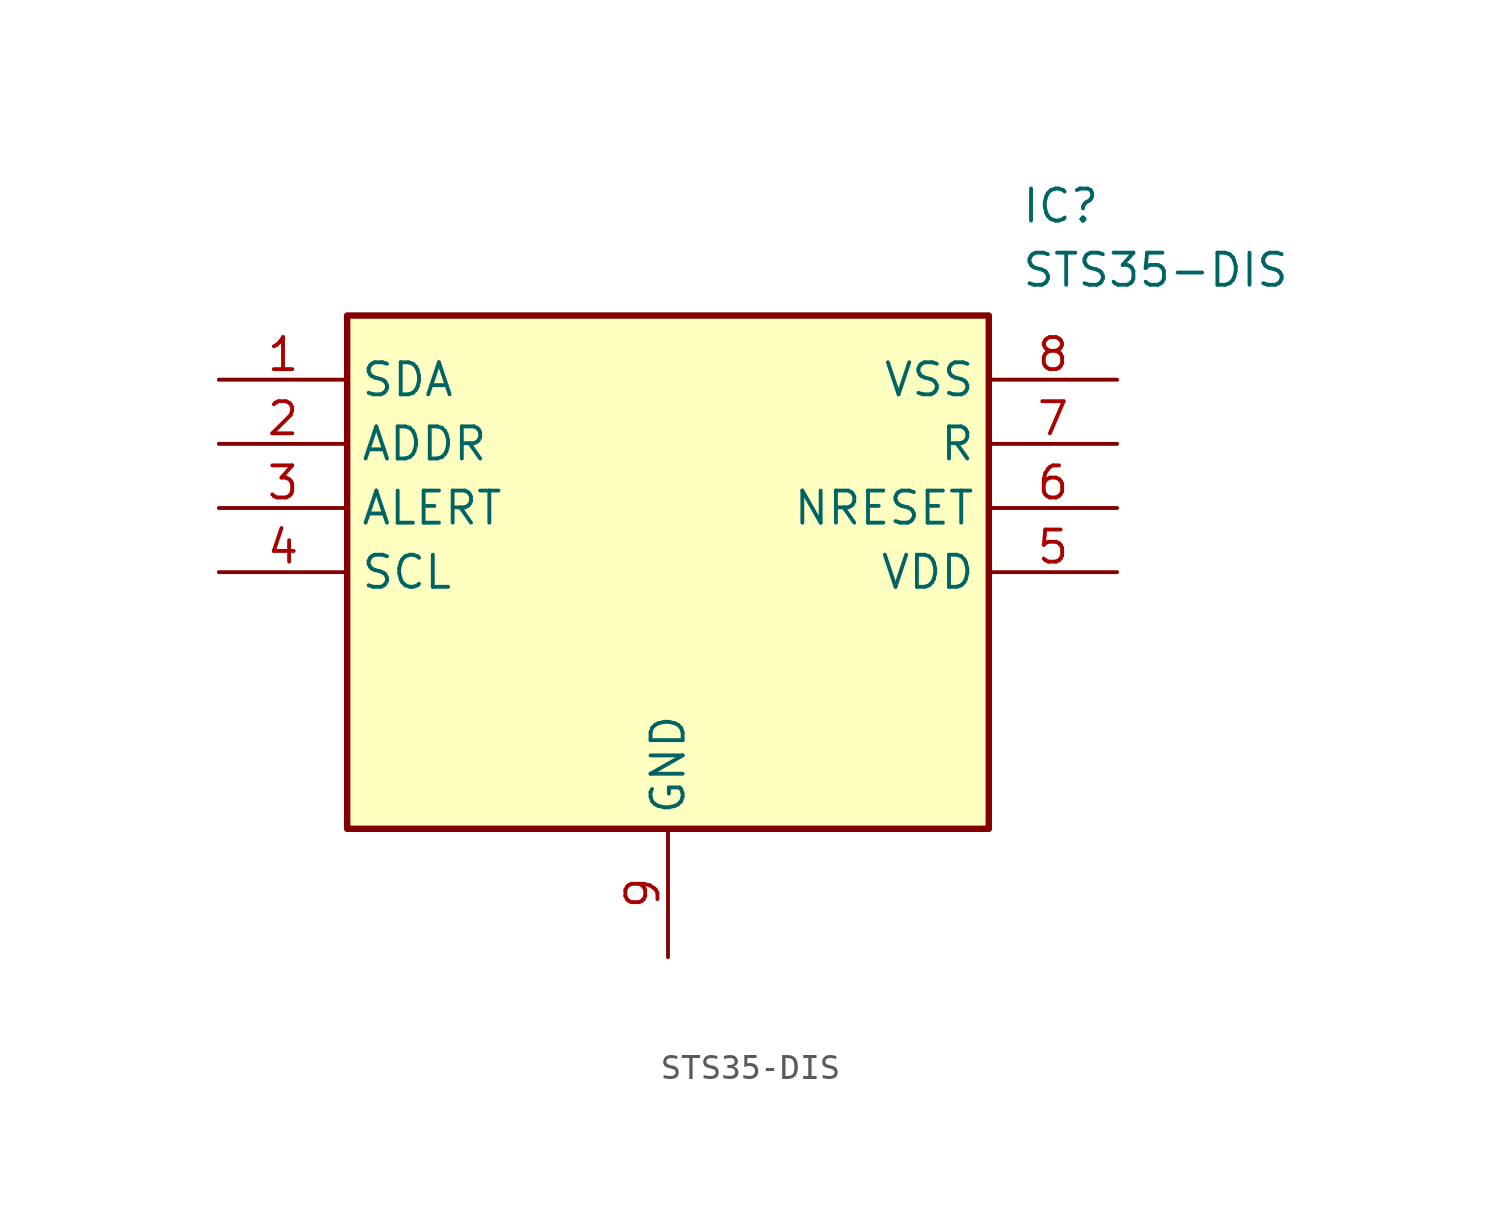
<source format=kicad_sym>
(kicad_symbol_lib
  (version 20211014)
  (generator SamacSys_ECAD_Model)
  (symbol "STS35-DIS"
    (property "Reference" "IC"
      (at 31.75 7.62 0)
      (effects (font (size 1.27 1.27)) (justify left top)))
    (property "Value" "STS35-DIS"
      (at 31.75 5.08 0)
      (effects (font (size 1.27 1.27)) (justify left top)))
    (rectangle
      (start 5.08 2.54)
      (end 30.48 -17.78)
      (stroke (width 0.254) (type default))
      (fill (type background)))
    (pin passive line
      (at 0 0 0)
      (length 5.08)
      (name "SDA" (effects (font (size 1.27 1.27))))
      (number "1" (effects (font (size 1.27 1.27)))))
    (pin passive line
      (at 0 -2.54 0)
      (length 5.08)
      (name "ADDR" (effects (font (size 1.27 1.27))))
      (number "2" (effects (font (size 1.27 1.27)))))
    (pin passive line
      (at 0 -5.08 0)
      (length 5.08)
      (name "ALERT" (effects (font (size 1.27 1.27))))
      (number "3" (effects (font (size 1.27 1.27)))))
    (pin passive line
      (at 0 -7.62 0)
      (length 5.08)
      (name "SCL" (effects (font (size 1.27 1.27))))
      (number "4" (effects (font (size 1.27 1.27)))))
    (pin passive line
      (at 17.78 -22.86 90)
      (length 5.08)
      (name "GND" (effects (font (size 1.27 1.27))))
      (number "9" (effects (font (size 1.27 1.27)))))
    (pin passive line
      (at 35.56 0 180)
      (length 5.08)
      (name "VSS" (effects (font (size 1.27 1.27))))
      (number "8" (effects (font (size 1.27 1.27)))))
    (pin passive line
      (at 35.56 -2.54 180)
      (length 5.08)
      (name "R" (effects (font (size 1.27 1.27))))
      (number "7" (effects (font (size 1.27 1.27)))))
    (pin passive line
      (at 35.56 -5.08 180)
      (length 5.08)
      (name "NRESET" (effects (font (size 1.27 1.27))))
      (number "6" (effects (font (size 1.27 1.27)))))
    (pin passive line
      (at 35.56 -7.62 180)
      (length 5.08)
      (name "VDD" (effects (font (size 1.27 1.27))))
      (number "5" (effects (font (size 1.27 1.27)))))))
</source>
